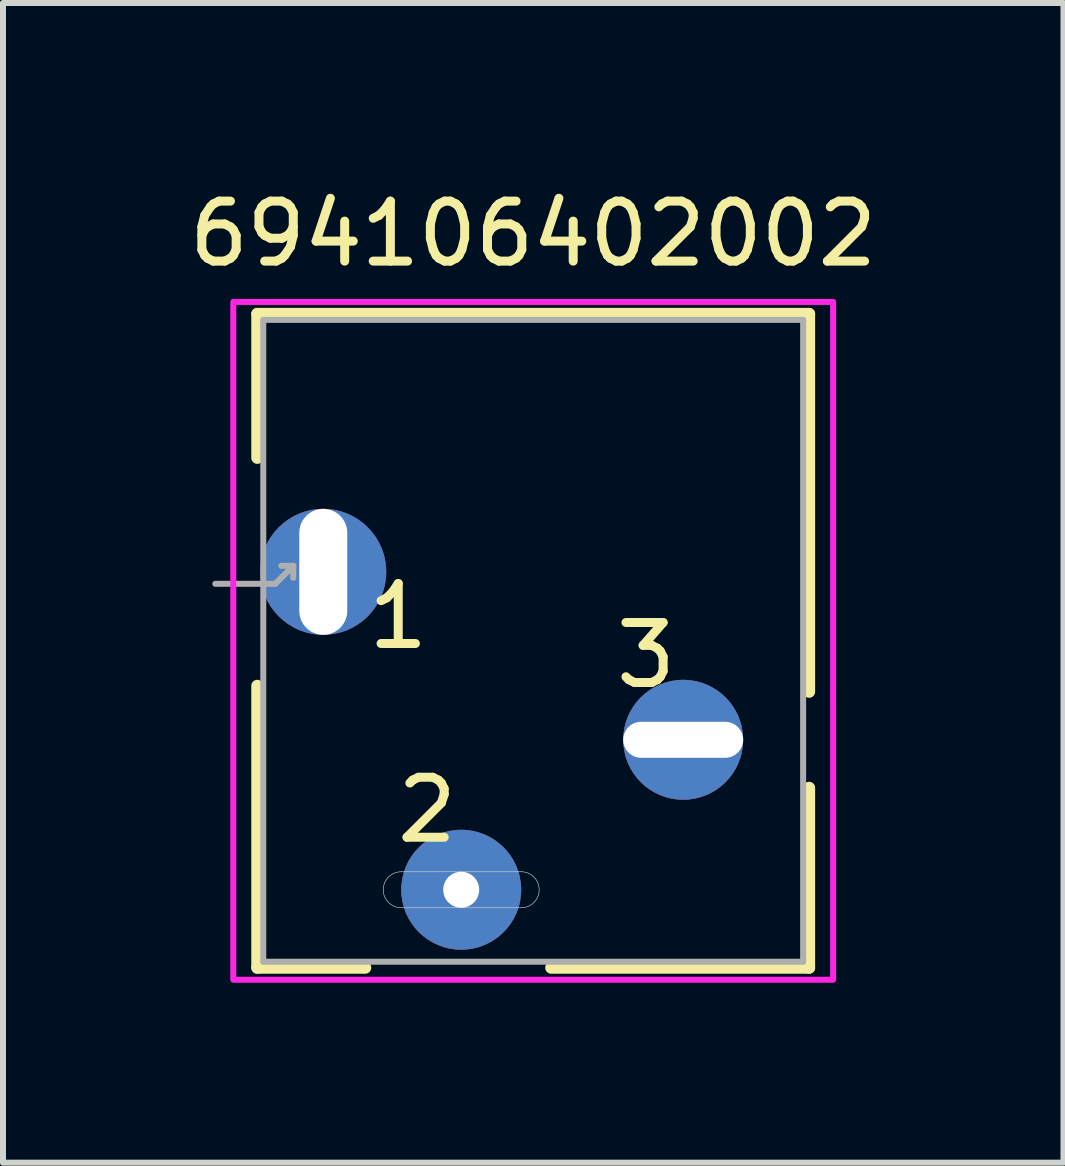
<source format=kicad_pcb>
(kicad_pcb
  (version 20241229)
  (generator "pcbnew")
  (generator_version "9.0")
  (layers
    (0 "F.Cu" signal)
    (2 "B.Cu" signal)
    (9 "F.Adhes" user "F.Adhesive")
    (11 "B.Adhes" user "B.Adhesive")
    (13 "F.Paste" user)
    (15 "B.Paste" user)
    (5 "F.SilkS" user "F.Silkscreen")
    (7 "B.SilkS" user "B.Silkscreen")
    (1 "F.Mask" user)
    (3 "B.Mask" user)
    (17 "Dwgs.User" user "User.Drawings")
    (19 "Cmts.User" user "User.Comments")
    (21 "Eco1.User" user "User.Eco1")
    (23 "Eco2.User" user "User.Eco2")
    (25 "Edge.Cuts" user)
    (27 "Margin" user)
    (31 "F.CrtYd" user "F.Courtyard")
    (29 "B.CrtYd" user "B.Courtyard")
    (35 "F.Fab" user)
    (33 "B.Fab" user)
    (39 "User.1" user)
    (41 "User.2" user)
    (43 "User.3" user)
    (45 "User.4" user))
  (footprint "694106402002"
    (layer "F.Cu")
    (at 5.839 6.483)
    (property "Reference" "694106402002" (at 0 -5.635 0) (layer "F.SilkS") (effects (font (size 1 1) (thickness 0.15))))
    (attr through_hole)
    (fp_line (start -4.6 -4.3) (end 4.6 -4.3) (stroke (width 0.2) (type solid)) (layer "F.SilkS"))
    (fp_line (start -4.6 -1.9) (end -4.6 -4.3) (stroke (width 0.2) (type solid)) (layer "F.SilkS"))
    (fp_line (start -4.6 1.9) (end -4.6 6.6) (stroke (width 0.2) (type solid)) (layer "F.SilkS"))
    (fp_line (start -4.6 6.6) (end -2.8 6.6) (stroke (width 0.2) (type solid)) (layer "F.SilkS"))
    (fp_line (start 0.3 6.6) (end 4.6 6.6) (stroke (width 0.2) (type solid)) (layer "F.SilkS"))
    (fp_line (start 4.6 -4.3) (end 4.6 2) (stroke (width 0.2) (type solid)) (layer "F.SilkS"))
    (fp_line (start 4.6 6.6) (end 4.6 3.6) (stroke (width 0.2) (type solid)) (layer "F.SilkS"))
    (fp_line (start -2.2 5.6) (end -0.2 5.6) (stroke (width 0.01) (type solid)) (layer "Edge.Cuts"))
    (fp_line (start -0.2 5) (end -2.2 5) (stroke (width 0.01) (type solid)) (layer "Edge.Cuts"))
    (fp_arc (start -2.2 5.6) (mid -2.5 5.3) (end -2.2 5) (stroke (width 0.01) (type solid)) (layer "Edge.Cuts"))
    (fp_arc (start -0.2 5) (mid 0.1 5.3) (end -0.2 5.6) (stroke (width 0.01) (type solid)) (layer "Edge.Cuts"))
    (fp_poly (pts (xy -5 -4.5) (xy 5 -4.5) (xy 5 6.8) (xy -5 6.8)) (stroke (width 0.1) (type solid)) (fill no) (layer "F.CrtYd"))
    (fp_line (start -5.3 0.2) (end -4.3 0.2) (stroke (width 0.1) (type solid)) (layer "F.Fab"))
    (fp_line (start -4.5 -4.2) (end 4.5 -4.2) (stroke (width 0.1) (type solid)) (layer "F.Fab"))
    (fp_line (start -4.5 6.5) (end -4.5 -4.2) (stroke (width 0.1) (type solid)) (layer "F.Fab"))
    (fp_line (start -4.5 6.5) (end 4.5 6.5) (stroke (width 0.1) (type solid)) (layer "F.Fab"))
    (fp_line (start -4.3 0.2) (end -4 -0.1) (stroke (width 0.1) (type solid)) (layer "F.Fab"))
    (fp_line (start -4 -0.1) (end -4.2 -0.1) (stroke (width 0.1) (type solid)) (layer "F.Fab"))
    (fp_line (start -4 -0.1) (end -4 0.1) (stroke (width 0.1) (type solid)) (layer "F.Fab"))
    (fp_line (start 4.5 6.5) (end 4.5 -4.2) (stroke (width 0.1) (type solid)) (layer "F.Fab"))
    (fp_text user "3" (at 1.88 1.39 0) (layer "F.SilkS") (effects (font (size 1 1) (thickness 0.15))))
    (fp_text user "1" (at -2.25 0.74 0) (layer "F.SilkS") (effects (font (size 1 1) (thickness 0.15))))
    (fp_text user "2" (at -1.77 3.97 0) (layer "F.SilkS") (effects (font (size 1 1) (thickness 0.15))))
    (fp_text user "PCB Cutout Area" (at -1.1 5.4 0) (layer "Edge.Cuts") (effects (font (size 0.24 0.24) (thickness 0.15))))
    (fp_text user "PCB Cutout Area" (at 2.5 3 0) (layer "Edge.Cuts") (effects (font (size 0.24 0.24) (thickness 0.15))))
    (fp_text user "PCB Cutout Area" (at -3.4 0 0) (layer "Edge.Cuts") (effects (font (size 0.24 0.24) (thickness 0.15))))
    (pad "1" thru_hole circle (at -3.5 0) (size 2.1 2.1) (drill oval 0.8 3.5) (layers "*.Cu" "*.Mask"))
    (pad "2" thru_hole circle (at -1.2 5.3) (size 2 2) (drill 0.6) (layers "*.Cu" "*.Mask"))
    (pad "3" thru_hole circle (at 2.5 2.8) (size 2 2) (drill oval 2.8 0.6) (layers "*.Cu" "*.Mask")))
  (gr_rect
    (start -3 -3)
    (end 14.679 16.333)
    (stroke (width 0.1) (type default))
    (fill no)
    (layer "Edge.Cuts")))
</source>
